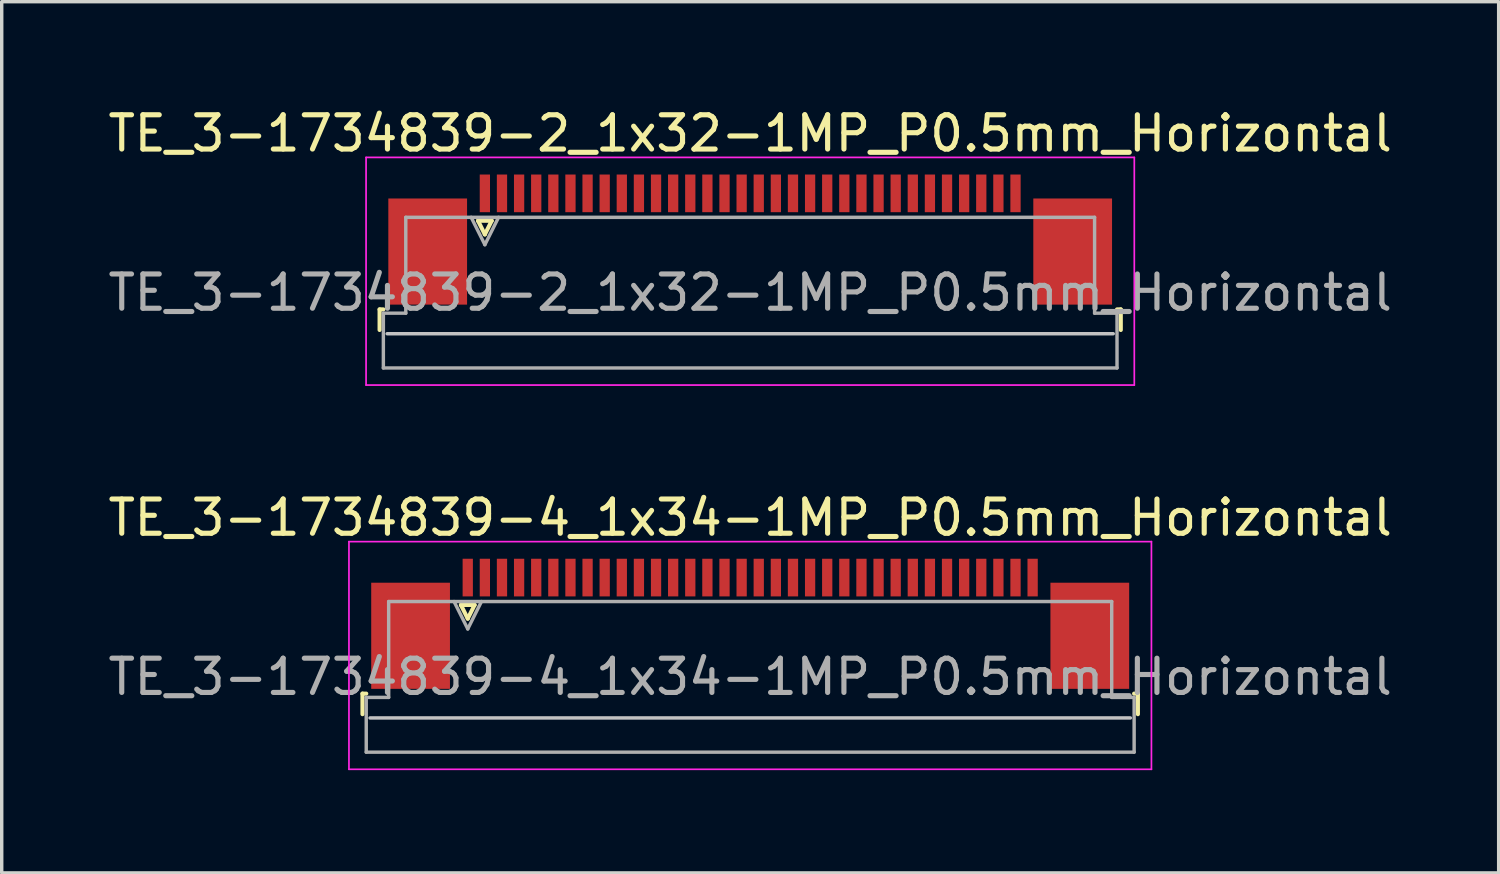
<source format=kicad_pcb>
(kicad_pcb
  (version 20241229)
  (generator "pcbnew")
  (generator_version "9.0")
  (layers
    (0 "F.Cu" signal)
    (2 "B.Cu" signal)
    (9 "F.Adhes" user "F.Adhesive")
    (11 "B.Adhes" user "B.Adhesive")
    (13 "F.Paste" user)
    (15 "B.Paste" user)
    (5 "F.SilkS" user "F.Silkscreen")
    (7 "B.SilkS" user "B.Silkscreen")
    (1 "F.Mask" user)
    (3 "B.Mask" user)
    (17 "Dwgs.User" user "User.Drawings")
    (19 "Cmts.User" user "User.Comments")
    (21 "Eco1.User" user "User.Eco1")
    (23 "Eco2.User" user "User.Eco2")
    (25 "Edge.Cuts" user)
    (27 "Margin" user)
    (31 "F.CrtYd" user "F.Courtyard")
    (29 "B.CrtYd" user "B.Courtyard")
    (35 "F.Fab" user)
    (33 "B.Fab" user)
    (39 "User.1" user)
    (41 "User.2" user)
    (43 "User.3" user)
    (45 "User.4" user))
  (footprint "TE_3-1734839-2_1x32-1MP_P0.5mm_Horizontal"
    (layer "F.Cu")
    (at 18.863 3.948)
    (property "Reference" "TE_3-1734839-2_1x32-1MP_P0.5mm_Horizontal" (at 0 -3.1 0) (layer "F.SilkS") (effects (font (size 1 1) (thickness 0.15))))
    (attr smd)
    (fp_line (start -10.825 2.04) (end -10.825 2.64) (stroke (width 0.12) (type solid)) (layer "F.SilkS"))
    (fp_line (start -10.715 2.04) (end -10.825 2.04) (stroke (width 0.12) (type solid)) (layer "F.SilkS"))
    (fp_line (start -7.95 -0.55) (end -7.75 -0.15) (stroke (width 0.12) (type solid)) (layer "F.SilkS"))
    (fp_line (start -7.75 -0.15) (end -7.55 -0.55) (stroke (width 0.12) (type solid)) (layer "F.SilkS"))
    (fp_line (start -7.55 -0.55) (end -7.95 -0.55) (stroke (width 0.12) (type solid)) (layer "F.SilkS"))
    (fp_line (start 10.715 2.04) (end 10.825 2.04) (stroke (width 0.12) (type solid)) (layer "F.SilkS"))
    (fp_line (start 10.825 2.04) (end 10.825 2.64) (stroke (width 0.12) (type solid)) (layer "F.SilkS"))
    (fp_line (start 10.605 2.75) (end -10.605 2.75) (stroke (width 0.1) (type solid)) (layer "Dwgs.User"))
    (fp_line (start -11.22 -2.4) (end -11.22 4.25) (stroke (width 0.05) (type solid)) (layer "F.CrtYd"))
    (fp_line (start -11.22 4.25) (end 11.22 4.25) (stroke (width 0.05) (type solid)) (layer "F.CrtYd"))
    (fp_line (start 11.22 -2.4) (end -11.22 -2.4) (stroke (width 0.05) (type solid)) (layer "F.CrtYd"))
    (fp_line (start 11.22 4.25) (end 11.22 -2.4) (stroke (width 0.05) (type solid)) (layer "F.CrtYd"))
    (fp_line (start -10.715 2.15) (end -10.06 2.15) (stroke (width 0.1) (type solid)) (layer "F.Fab"))
    (fp_line (start -10.715 3.75) (end -10.715 2.15) (stroke (width 0.1) (type solid)) (layer "F.Fab"))
    (fp_line (start -10.06 -0.65) (end 10.06 -0.65) (stroke (width 0.1) (type solid)) (layer "F.Fab"))
    (fp_line (start -10.06 2.15) (end -10.06 -0.65) (stroke (width 0.1) (type solid)) (layer "F.Fab"))
    (fp_line (start -8.15 -0.65) (end -7.75 0.15) (stroke (width 0.1) (type solid)) (layer "F.Fab"))
    (fp_line (start -7.75 0.15) (end -7.35 -0.65) (stroke (width 0.1) (type solid)) (layer "F.Fab"))
    (fp_line (start 10.06 -0.65) (end 10.06 2.15) (stroke (width 0.1) (type solid)) (layer "F.Fab"))
    (fp_line (start 10.06 2.15) (end 10.715 2.15) (stroke (width 0.1) (type solid)) (layer "F.Fab"))
    (fp_line (start 10.715 2.15) (end 10.715 3.75) (stroke (width 0.1) (type solid)) (layer "F.Fab"))
    (fp_line (start 10.715 3.75) (end -10.715 3.75) (stroke (width 0.1) (type solid)) (layer "F.Fab"))
    (fp_text user "${REFERENCE}" (at 0 1.55 0) (layer "F.Fab") (effects (font (size 1 1) (thickness 0.15))))
    (pad "1" smd rect (at -7.75 -1.35) (size 0.3 1.1) (layers "F.Cu" "F.Mask" "F.Paste"))
    (pad "2" smd rect (at -7.25 -1.35) (size 0.3 1.1) (layers "F.Cu" "F.Mask" "F.Paste"))
    (pad "3" smd rect (at -6.75 -1.35) (size 0.3 1.1) (layers "F.Cu" "F.Mask" "F.Paste"))
    (pad "4" smd rect (at -6.25 -1.35) (size 0.3 1.1) (layers "F.Cu" "F.Mask" "F.Paste"))
    (pad "5" smd rect (at -5.75 -1.35) (size 0.3 1.1) (layers "F.Cu" "F.Mask" "F.Paste"))
    (pad "6" smd rect (at -5.25 -1.35) (size 0.3 1.1) (layers "F.Cu" "F.Mask" "F.Paste"))
    (pad "7" smd rect (at -4.75 -1.35) (size 0.3 1.1) (layers "F.Cu" "F.Mask" "F.Paste"))
    (pad "8" smd rect (at -4.25 -1.35) (size 0.3 1.1) (layers "F.Cu" "F.Mask" "F.Paste"))
    (pad "9" smd rect (at -3.75 -1.35) (size 0.3 1.1) (layers "F.Cu" "F.Mask" "F.Paste"))
    (pad "10" smd rect (at -3.25 -1.35) (size 0.3 1.1) (layers "F.Cu" "F.Mask" "F.Paste"))
    (pad "11" smd rect (at -2.75 -1.35) (size 0.3 1.1) (layers "F.Cu" "F.Mask" "F.Paste"))
    (pad "12" smd rect (at -2.25 -1.35) (size 0.3 1.1) (layers "F.Cu" "F.Mask" "F.Paste"))
    (pad "13" smd rect (at -1.75 -1.35) (size 0.3 1.1) (layers "F.Cu" "F.Mask" "F.Paste"))
    (pad "14" smd rect (at -1.25 -1.35) (size 0.3 1.1) (layers "F.Cu" "F.Mask" "F.Paste"))
    (pad "15" smd rect (at -0.75 -1.35) (size 0.3 1.1) (layers "F.Cu" "F.Mask" "F.Paste"))
    (pad "16" smd rect (at -0.25 -1.35) (size 0.3 1.1) (layers "F.Cu" "F.Mask" "F.Paste"))
    (pad "17" smd rect (at 0.25 -1.35) (size 0.3 1.1) (layers "F.Cu" "F.Mask" "F.Paste"))
    (pad "18" smd rect (at 0.75 -1.35) (size 0.3 1.1) (layers "F.Cu" "F.Mask" "F.Paste"))
    (pad "19" smd rect (at 1.25 -1.35) (size 0.3 1.1) (layers "F.Cu" "F.Mask" "F.Paste"))
    (pad "20" smd rect (at 1.75 -1.35) (size 0.3 1.1) (layers "F.Cu" "F.Mask" "F.Paste"))
    (pad "21" smd rect (at 2.25 -1.35) (size 0.3 1.1) (layers "F.Cu" "F.Mask" "F.Paste"))
    (pad "22" smd rect (at 2.75 -1.35) (size 0.3 1.1) (layers "F.Cu" "F.Mask" "F.Paste"))
    (pad "23" smd rect (at 3.25 -1.35) (size 0.3 1.1) (layers "F.Cu" "F.Mask" "F.Paste"))
    (pad "24" smd rect (at 3.75 -1.35) (size 0.3 1.1) (layers "F.Cu" "F.Mask" "F.Paste"))
    (pad "25" smd rect (at 4.25 -1.35) (size 0.3 1.1) (layers "F.Cu" "F.Mask" "F.Paste"))
    (pad "26" smd rect (at 4.75 -1.35) (size 0.3 1.1) (layers "F.Cu" "F.Mask" "F.Paste"))
    (pad "27" smd rect (at 5.25 -1.35) (size 0.3 1.1) (layers "F.Cu" "F.Mask" "F.Paste"))
    (pad "28" smd rect (at 5.75 -1.35) (size 0.3 1.1) (layers "F.Cu" "F.Mask" "F.Paste"))
    (pad "29" smd rect (at 6.25 -1.35) (size 0.3 1.1) (layers "F.Cu" "F.Mask" "F.Paste"))
    (pad "30" smd rect (at 6.75 -1.35) (size 0.3 1.1) (layers "F.Cu" "F.Mask" "F.Paste"))
    (pad "31" smd rect (at 7.25 -1.35) (size 0.3 1.1) (layers "F.Cu" "F.Mask" "F.Paste"))
    (pad "32" smd rect (at 7.75 -1.35) (size 0.3 1.1) (layers "F.Cu" "F.Mask" "F.Paste"))
    (pad "MP" smd rect (at -9.42 0.35) (size 2.3 3.1) (layers "F.Cu" "F.Mask" "F.Paste"))
    (pad "MP" smd rect (at 9.42 0.35) (size 2.3 3.1) (layers "F.Cu" "F.Mask" "F.Paste")))
  (footprint "TE_3-1734839-4_1x34-1MP_P0.5mm_Horizontal"
    (layer "F.Cu")
    (at 18.863 15.171)
    (property "Reference" "TE_3-1734839-4_1x34-1MP_P0.5mm_Horizontal" (at 0 -3.1 0) (layer "F.SilkS") (effects (font (size 1 1) (thickness 0.15))))
    (attr smd)
    (fp_line (start -11.325 2.04) (end -11.325 2.64) (stroke (width 0.12) (type solid)) (layer "F.SilkS"))
    (fp_line (start -11.215 2.04) (end -11.325 2.04) (stroke (width 0.12) (type solid)) (layer "F.SilkS"))
    (fp_line (start -8.45 -0.55) (end -8.25 -0.15) (stroke (width 0.12) (type solid)) (layer "F.SilkS"))
    (fp_line (start -8.25 -0.15) (end -8.05 -0.55) (stroke (width 0.12) (type solid)) (layer "F.SilkS"))
    (fp_line (start -8.05 -0.55) (end -8.45 -0.55) (stroke (width 0.12) (type solid)) (layer "F.SilkS"))
    (fp_line (start 11.215 2.04) (end 11.325 2.04) (stroke (width 0.12) (type solid)) (layer "F.SilkS"))
    (fp_line (start 11.325 2.04) (end 11.325 2.64) (stroke (width 0.12) (type solid)) (layer "F.SilkS"))
    (fp_line (start 11.105 2.75) (end -11.105 2.75) (stroke (width 0.1) (type solid)) (layer "Dwgs.User"))
    (fp_line (start -11.72 -2.4) (end -11.72 4.25) (stroke (width 0.05) (type solid)) (layer "F.CrtYd"))
    (fp_line (start -11.72 4.25) (end 11.72 4.25) (stroke (width 0.05) (type solid)) (layer "F.CrtYd"))
    (fp_line (start 11.72 -2.4) (end -11.72 -2.4) (stroke (width 0.05) (type solid)) (layer "F.CrtYd"))
    (fp_line (start 11.72 4.25) (end 11.72 -2.4) (stroke (width 0.05) (type solid)) (layer "F.CrtYd"))
    (fp_line (start -11.215 2.15) (end -10.56 2.15) (stroke (width 0.1) (type solid)) (layer "F.Fab"))
    (fp_line (start -11.215 3.75) (end -11.215 2.15) (stroke (width 0.1) (type solid)) (layer "F.Fab"))
    (fp_line (start -10.56 -0.65) (end 10.56 -0.65) (stroke (width 0.1) (type solid)) (layer "F.Fab"))
    (fp_line (start -10.56 2.15) (end -10.56 -0.65) (stroke (width 0.1) (type solid)) (layer "F.Fab"))
    (fp_line (start -8.65 -0.65) (end -8.25 0.15) (stroke (width 0.1) (type solid)) (layer "F.Fab"))
    (fp_line (start -8.25 0.15) (end -7.85 -0.65) (stroke (width 0.1) (type solid)) (layer "F.Fab"))
    (fp_line (start 10.56 -0.65) (end 10.56 2.15) (stroke (width 0.1) (type solid)) (layer "F.Fab"))
    (fp_line (start 10.56 2.15) (end 11.215 2.15) (stroke (width 0.1) (type solid)) (layer "F.Fab"))
    (fp_line (start 11.215 2.15) (end 11.215 3.75) (stroke (width 0.1) (type solid)) (layer "F.Fab"))
    (fp_line (start 11.215 3.75) (end -11.215 3.75) (stroke (width 0.1) (type solid)) (layer "F.Fab"))
    (fp_text user "${REFERENCE}" (at 0 1.55 0) (layer "F.Fab") (effects (font (size 1 1) (thickness 0.15))))
    (pad "1" smd rect (at -8.25 -1.35) (size 0.3 1.1) (layers "F.Cu" "F.Mask" "F.Paste"))
    (pad "2" smd rect (at -7.75 -1.35) (size 0.3 1.1) (layers "F.Cu" "F.Mask" "F.Paste"))
    (pad "3" smd rect (at -7.25 -1.35) (size 0.3 1.1) (layers "F.Cu" "F.Mask" "F.Paste"))
    (pad "4" smd rect (at -6.75 -1.35) (size 0.3 1.1) (layers "F.Cu" "F.Mask" "F.Paste"))
    (pad "5" smd rect (at -6.25 -1.35) (size 0.3 1.1) (layers "F.Cu" "F.Mask" "F.Paste"))
    (pad "6" smd rect (at -5.75 -1.35) (size 0.3 1.1) (layers "F.Cu" "F.Mask" "F.Paste"))
    (pad "7" smd rect (at -5.25 -1.35) (size 0.3 1.1) (layers "F.Cu" "F.Mask" "F.Paste"))
    (pad "8" smd rect (at -4.75 -1.35) (size 0.3 1.1) (layers "F.Cu" "F.Mask" "F.Paste"))
    (pad "9" smd rect (at -4.25 -1.35) (size 0.3 1.1) (layers "F.Cu" "F.Mask" "F.Paste"))
    (pad "10" smd rect (at -3.75 -1.35) (size 0.3 1.1) (layers "F.Cu" "F.Mask" "F.Paste"))
    (pad "11" smd rect (at -3.25 -1.35) (size 0.3 1.1) (layers "F.Cu" "F.Mask" "F.Paste"))
    (pad "12" smd rect (at -2.75 -1.35) (size 0.3 1.1) (layers "F.Cu" "F.Mask" "F.Paste"))
    (pad "13" smd rect (at -2.25 -1.35) (size 0.3 1.1) (layers "F.Cu" "F.Mask" "F.Paste"))
    (pad "14" smd rect (at -1.75 -1.35) (size 0.3 1.1) (layers "F.Cu" "F.Mask" "F.Paste"))
    (pad "15" smd rect (at -1.25 -1.35) (size 0.3 1.1) (layers "F.Cu" "F.Mask" "F.Paste"))
    (pad "16" smd rect (at -0.75 -1.35) (size 0.3 1.1) (layers "F.Cu" "F.Mask" "F.Paste"))
    (pad "17" smd rect (at -0.25 -1.35) (size 0.3 1.1) (layers "F.Cu" "F.Mask" "F.Paste"))
    (pad "18" smd rect (at 0.25 -1.35) (size 0.3 1.1) (layers "F.Cu" "F.Mask" "F.Paste"))
    (pad "19" smd rect (at 0.75 -1.35) (size 0.3 1.1) (layers "F.Cu" "F.Mask" "F.Paste"))
    (pad "20" smd rect (at 1.25 -1.35) (size 0.3 1.1) (layers "F.Cu" "F.Mask" "F.Paste"))
    (pad "21" smd rect (at 1.75 -1.35) (size 0.3 1.1) (layers "F.Cu" "F.Mask" "F.Paste"))
    (pad "22" smd rect (at 2.25 -1.35) (size 0.3 1.1) (layers "F.Cu" "F.Mask" "F.Paste"))
    (pad "23" smd rect (at 2.75 -1.35) (size 0.3 1.1) (layers "F.Cu" "F.Mask" "F.Paste"))
    (pad "24" smd rect (at 3.25 -1.35) (size 0.3 1.1) (layers "F.Cu" "F.Mask" "F.Paste"))
    (pad "25" smd rect (at 3.75 -1.35) (size 0.3 1.1) (layers "F.Cu" "F.Mask" "F.Paste"))
    (pad "26" smd rect (at 4.25 -1.35) (size 0.3 1.1) (layers "F.Cu" "F.Mask" "F.Paste"))
    (pad "27" smd rect (at 4.75 -1.35) (size 0.3 1.1) (layers "F.Cu" "F.Mask" "F.Paste"))
    (pad "28" smd rect (at 5.25 -1.35) (size 0.3 1.1) (layers "F.Cu" "F.Mask" "F.Paste"))
    (pad "29" smd rect (at 5.75 -1.35) (size 0.3 1.1) (layers "F.Cu" "F.Mask" "F.Paste"))
    (pad "30" smd rect (at 6.25 -1.35) (size 0.3 1.1) (layers "F.Cu" "F.Mask" "F.Paste"))
    (pad "31" smd rect (at 6.75 -1.35) (size 0.3 1.1) (layers "F.Cu" "F.Mask" "F.Paste"))
    (pad "32" smd rect (at 7.25 -1.35) (size 0.3 1.1) (layers "F.Cu" "F.Mask" "F.Paste"))
    (pad "33" smd rect (at 7.75 -1.35) (size 0.3 1.1) (layers "F.Cu" "F.Mask" "F.Paste"))
    (pad "34" smd rect (at 8.25 -1.35) (size 0.3 1.1) (layers "F.Cu" "F.Mask" "F.Paste"))
    (pad "MP" smd rect (at -9.92 0.35) (size 2.3 3.1) (layers "F.Cu" "F.Mask" "F.Paste"))
    (pad "MP" smd rect (at 9.92 0.35) (size 2.3 3.1) (layers "F.Cu" "F.Mask" "F.Paste")))
  (gr_rect
    (start -3 -3)
    (end 40.726 22.447)
    (stroke (width 0.1) (type default))
    (fill no)
    (layer "Edge.Cuts")))
</source>
